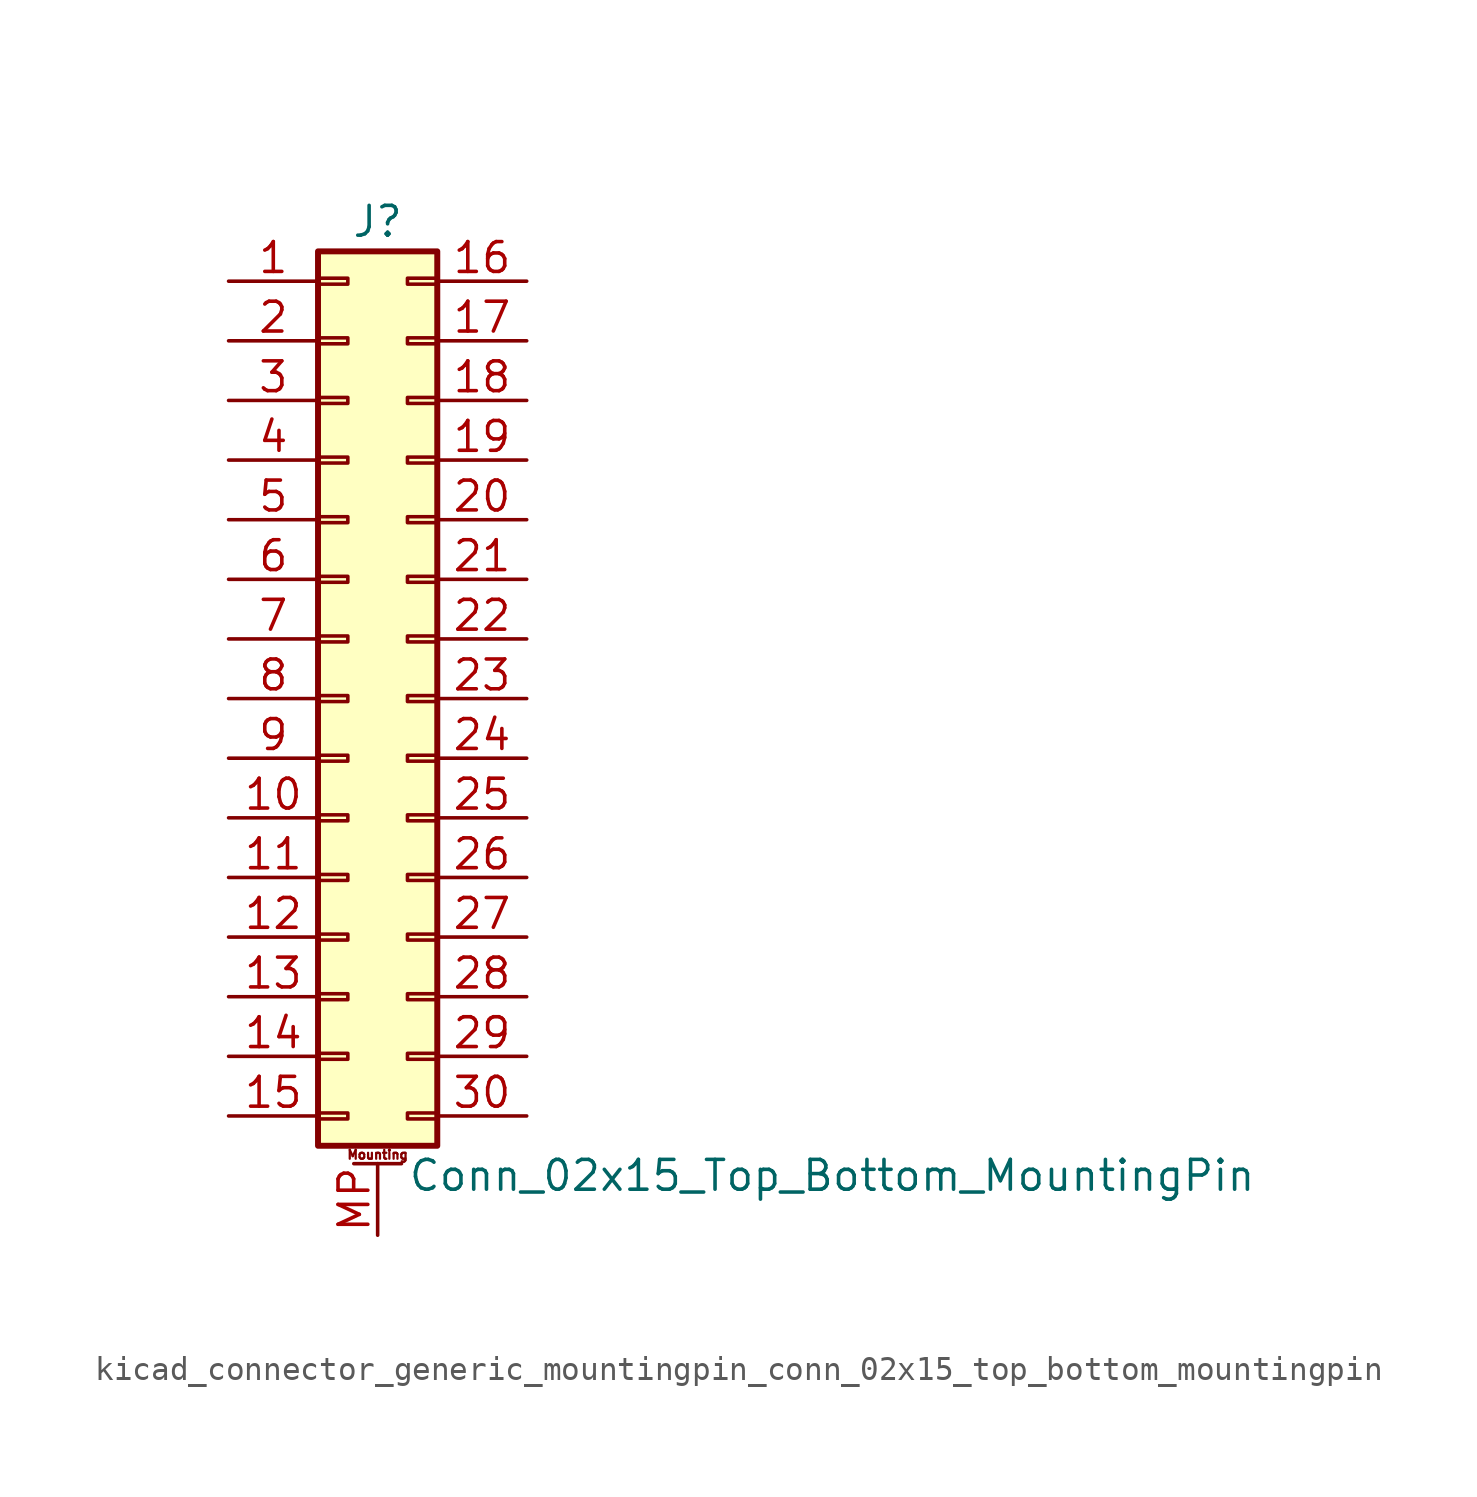
<source format=kicad_sym>
(kicad_symbol_lib
  (version 20220914)
  (generator kicad_symbol_editor)
  (symbol "kicad_connector_generic_mountingpin_conn_02x15_top_bottom_mountingpin"
    (pin_names
      (offset 1.016) hide)
    (property "Reference" "J"
      (at 1.27 20.32 0)
      (effects (font (size 1.27 1.27))))
    (property "Value" "Conn_02x15_Top_Bottom_MountingPin"
      (at 2.54 -20.32 0)
      (effects (font (size 1.27 1.27)) (justify left)))
    (symbol "kicad_connector_generic_mountingpin_conn_02x15_top_bottom_mountingpin_1_1"
      (rectangle (start -1.27 -17.653) (end 0 -17.907) (stroke (width 0.152) (type default)) (fill (type none)))
      (rectangle (start -1.27 -15.113) (end 0 -15.367) (stroke (width 0.152) (type default)) (fill (type none)))
      (rectangle (start -1.27 -12.573) (end 0 -12.827) (stroke (width 0.152) (type default)) (fill (type none)))
      (rectangle (start -1.27 -10.033) (end 0 -10.287) (stroke (width 0.152) (type default)) (fill (type none)))
      (rectangle (start -1.27 -7.493) (end 0 -7.747) (stroke (width 0.152) (type default)) (fill (type none)))
      (rectangle (start -1.27 -4.953) (end 0 -5.207) (stroke (width 0.152) (type default)) (fill (type none)))
      (rectangle (start -1.27 -2.413) (end 0 -2.667) (stroke (width 0.152) (type default)) (fill (type none)))
      (rectangle (start -1.27 0.127) (end 0 -0.127) (stroke (width 0.152) (type default)) (fill (type none)))
      (rectangle (start -1.27 2.667) (end 0 2.413) (stroke (width 0.152) (type default)) (fill (type none)))
      (rectangle (start -1.27 5.207) (end 0 4.953) (stroke (width 0.152) (type default)) (fill (type none)))
      (rectangle (start -1.27 7.747) (end 0 7.493) (stroke (width 0.152) (type default)) (fill (type none)))
      (rectangle (start -1.27 10.287) (end 0 10.033) (stroke (width 0.152) (type default)) (fill (type none)))
      (rectangle (start -1.27 12.827) (end 0 12.573) (stroke (width 0.152) (type default)) (fill (type none)))
      (rectangle (start -1.27 15.367) (end 0 15.113) (stroke (width 0.152) (type default)) (fill (type none)))
      (rectangle (start -1.27 17.907) (end 0 17.653) (stroke (width 0.152) (type default)) (fill (type none)))
      (rectangle (start -1.27 19.05) (end 3.81 -19.05) (stroke (width 0.254) (type default)) (fill (type background)))
      (polyline (pts (xy 0.254 -19.812) (xy 2.286 -19.812)) (stroke (width 0.152) (type default)) (fill (type none)))
      (rectangle (start 3.81 -17.653) (end 2.54 -17.907) (stroke (width 0.152) (type default)) (fill (type none)))
      (rectangle (start 3.81 -15.113) (end 2.54 -15.367) (stroke (width 0.152) (type default)) (fill (type none)))
      (rectangle (start 3.81 -12.573) (end 2.54 -12.827) (stroke (width 0.152) (type default)) (fill (type none)))
      (rectangle (start 3.81 -10.033) (end 2.54 -10.287) (stroke (width 0.152) (type default)) (fill (type none)))
      (rectangle (start 3.81 -7.493) (end 2.54 -7.747) (stroke (width 0.152) (type default)) (fill (type none)))
      (rectangle (start 3.81 -4.953) (end 2.54 -5.207) (stroke (width 0.152) (type default)) (fill (type none)))
      (rectangle (start 3.81 -2.413) (end 2.54 -2.667) (stroke (width 0.152) (type default)) (fill (type none)))
      (rectangle (start 3.81 0.127) (end 2.54 -0.127) (stroke (width 0.152) (type default)) (fill (type none)))
      (rectangle (start 3.81 2.667) (end 2.54 2.413) (stroke (width 0.152) (type default)) (fill (type none)))
      (rectangle (start 3.81 5.207) (end 2.54 4.953) (stroke (width 0.152) (type default)) (fill (type none)))
      (rectangle (start 3.81 7.747) (end 2.54 7.493) (stroke (width 0.152) (type default)) (fill (type none)))
      (rectangle (start 3.81 10.287) (end 2.54 10.033) (stroke (width 0.152) (type default)) (fill (type none)))
      (rectangle (start 3.81 12.827) (end 2.54 12.573) (stroke (width 0.152) (type default)) (fill (type none)))
      (rectangle (start 3.81 15.367) (end 2.54 15.113) (stroke (width 0.152) (type default)) (fill (type none)))
      (rectangle (start 3.81 17.907) (end 2.54 17.653) (stroke (width 0.152) (type default)) (fill (type none)))
      (text "Mounting" (at 1.27 -19.431 0) (effects (font (size 0.381 0.381))))
      (pin passive line (at -5.08 17.78 0) (length 3.81) (name "Pin_1" (effects (font (size 1.27 1.27)))) (number "1" (effects (font (size 1.27 1.27)))))
      (pin passive line (at -5.08 -5.08 0) (length 3.81) (name "Pin_10" (effects (font (size 1.27 1.27)))) (number "10" (effects (font (size 1.27 1.27)))))
      (pin passive line (at -5.08 -7.62 0) (length 3.81) (name "Pin_11" (effects (font (size 1.27 1.27)))) (number "11" (effects (font (size 1.27 1.27)))))
      (pin passive line (at -5.08 -10.16 0) (length 3.81) (name "Pin_12" (effects (font (size 1.27 1.27)))) (number "12" (effects (font (size 1.27 1.27)))))
      (pin passive line (at -5.08 -12.7 0) (length 3.81) (name "Pin_13" (effects (font (size 1.27 1.27)))) (number "13" (effects (font (size 1.27 1.27)))))
      (pin passive line (at -5.08 -15.24 0) (length 3.81) (name "Pin_14" (effects (font (size 1.27 1.27)))) (number "14" (effects (font (size 1.27 1.27)))))
      (pin passive line (at -5.08 -17.78 0) (length 3.81) (name "Pin_15" (effects (font (size 1.27 1.27)))) (number "15" (effects (font (size 1.27 1.27)))))
      (pin passive line (at 7.62 17.78 180) (length 3.81) (name "Pin_16" (effects (font (size 1.27 1.27)))) (number "16" (effects (font (size 1.27 1.27)))))
      (pin passive line (at 7.62 15.24 180) (length 3.81) (name "Pin_17" (effects (font (size 1.27 1.27)))) (number "17" (effects (font (size 1.27 1.27)))))
      (pin passive line (at 7.62 12.7 180) (length 3.81) (name "Pin_18" (effects (font (size 1.27 1.27)))) (number "18" (effects (font (size 1.27 1.27)))))
      (pin passive line (at 7.62 10.16 180) (length 3.81) (name "Pin_19" (effects (font (size 1.27 1.27)))) (number "19" (effects (font (size 1.27 1.27)))))
      (pin passive line (at -5.08 15.24 0) (length 3.81) (name "Pin_2" (effects (font (size 1.27 1.27)))) (number "2" (effects (font (size 1.27 1.27)))))
      (pin passive line (at 7.62 7.62 180) (length 3.81) (name "Pin_20" (effects (font (size 1.27 1.27)))) (number "20" (effects (font (size 1.27 1.27)))))
      (pin passive line (at 7.62 5.08 180) (length 3.81) (name "Pin_21" (effects (font (size 1.27 1.27)))) (number "21" (effects (font (size 1.27 1.27)))))
      (pin passive line (at 7.62 2.54 180) (length 3.81) (name "Pin_22" (effects (font (size 1.27 1.27)))) (number "22" (effects (font (size 1.27 1.27)))))
      (pin passive line (at 7.62 0 180) (length 3.81) (name "Pin_23" (effects (font (size 1.27 1.27)))) (number "23" (effects (font (size 1.27 1.27)))))
      (pin passive line (at 7.62 -2.54 180) (length 3.81) (name "Pin_24" (effects (font (size 1.27 1.27)))) (number "24" (effects (font (size 1.27 1.27)))))
      (pin passive line (at 7.62 -5.08 180) (length 3.81) (name "Pin_25" (effects (font (size 1.27 1.27)))) (number "25" (effects (font (size 1.27 1.27)))))
      (pin passive line (at 7.62 -7.62 180) (length 3.81) (name "Pin_26" (effects (font (size 1.27 1.27)))) (number "26" (effects (font (size 1.27 1.27)))))
      (pin passive line (at 7.62 -10.16 180) (length 3.81) (name "Pin_27" (effects (font (size 1.27 1.27)))) (number "27" (effects (font (size 1.27 1.27)))))
      (pin passive line (at 7.62 -12.7 180) (length 3.81) (name "Pin_28" (effects (font (size 1.27 1.27)))) (number "28" (effects (font (size 1.27 1.27)))))
      (pin passive line (at 7.62 -15.24 180) (length 3.81) (name "Pin_29" (effects (font (size 1.27 1.27)))) (number "29" (effects (font (size 1.27 1.27)))))
      (pin passive line (at -5.08 12.7 0) (length 3.81) (name "Pin_3" (effects (font (size 1.27 1.27)))) (number "3" (effects (font (size 1.27 1.27)))))
      (pin passive line (at 7.62 -17.78 180) (length 3.81) (name "Pin_30" (effects (font (size 1.27 1.27)))) (number "30" (effects (font (size 1.27 1.27)))))
      (pin passive line (at -5.08 10.16 0) (length 3.81) (name "Pin_4" (effects (font (size 1.27 1.27)))) (number "4" (effects (font (size 1.27 1.27)))))
      (pin passive line (at -5.08 7.62 0) (length 3.81) (name "Pin_5" (effects (font (size 1.27 1.27)))) (number "5" (effects (font (size 1.27 1.27)))))
      (pin passive line (at -5.08 5.08 0) (length 3.81) (name "Pin_6" (effects (font (size 1.27 1.27)))) (number "6" (effects (font (size 1.27 1.27)))))
      (pin passive line (at -5.08 2.54 0) (length 3.81) (name "Pin_7" (effects (font (size 1.27 1.27)))) (number "7" (effects (font (size 1.27 1.27)))))
      (pin passive line (at -5.08 0 0) (length 3.81) (name "Pin_8" (effects (font (size 1.27 1.27)))) (number "8" (effects (font (size 1.27 1.27)))))
      (pin passive line (at -5.08 -2.54 0) (length 3.81) (name "Pin_9" (effects (font (size 1.27 1.27)))) (number "9" (effects (font (size 1.27 1.27)))))
      (pin passive line (at 1.27 -22.86 90) (length 3.048) (name "MountPin" (effects (font (size 1.27 1.27)))) (number "MP" (effects (font (size 1.27 1.27))))))))
</source>
